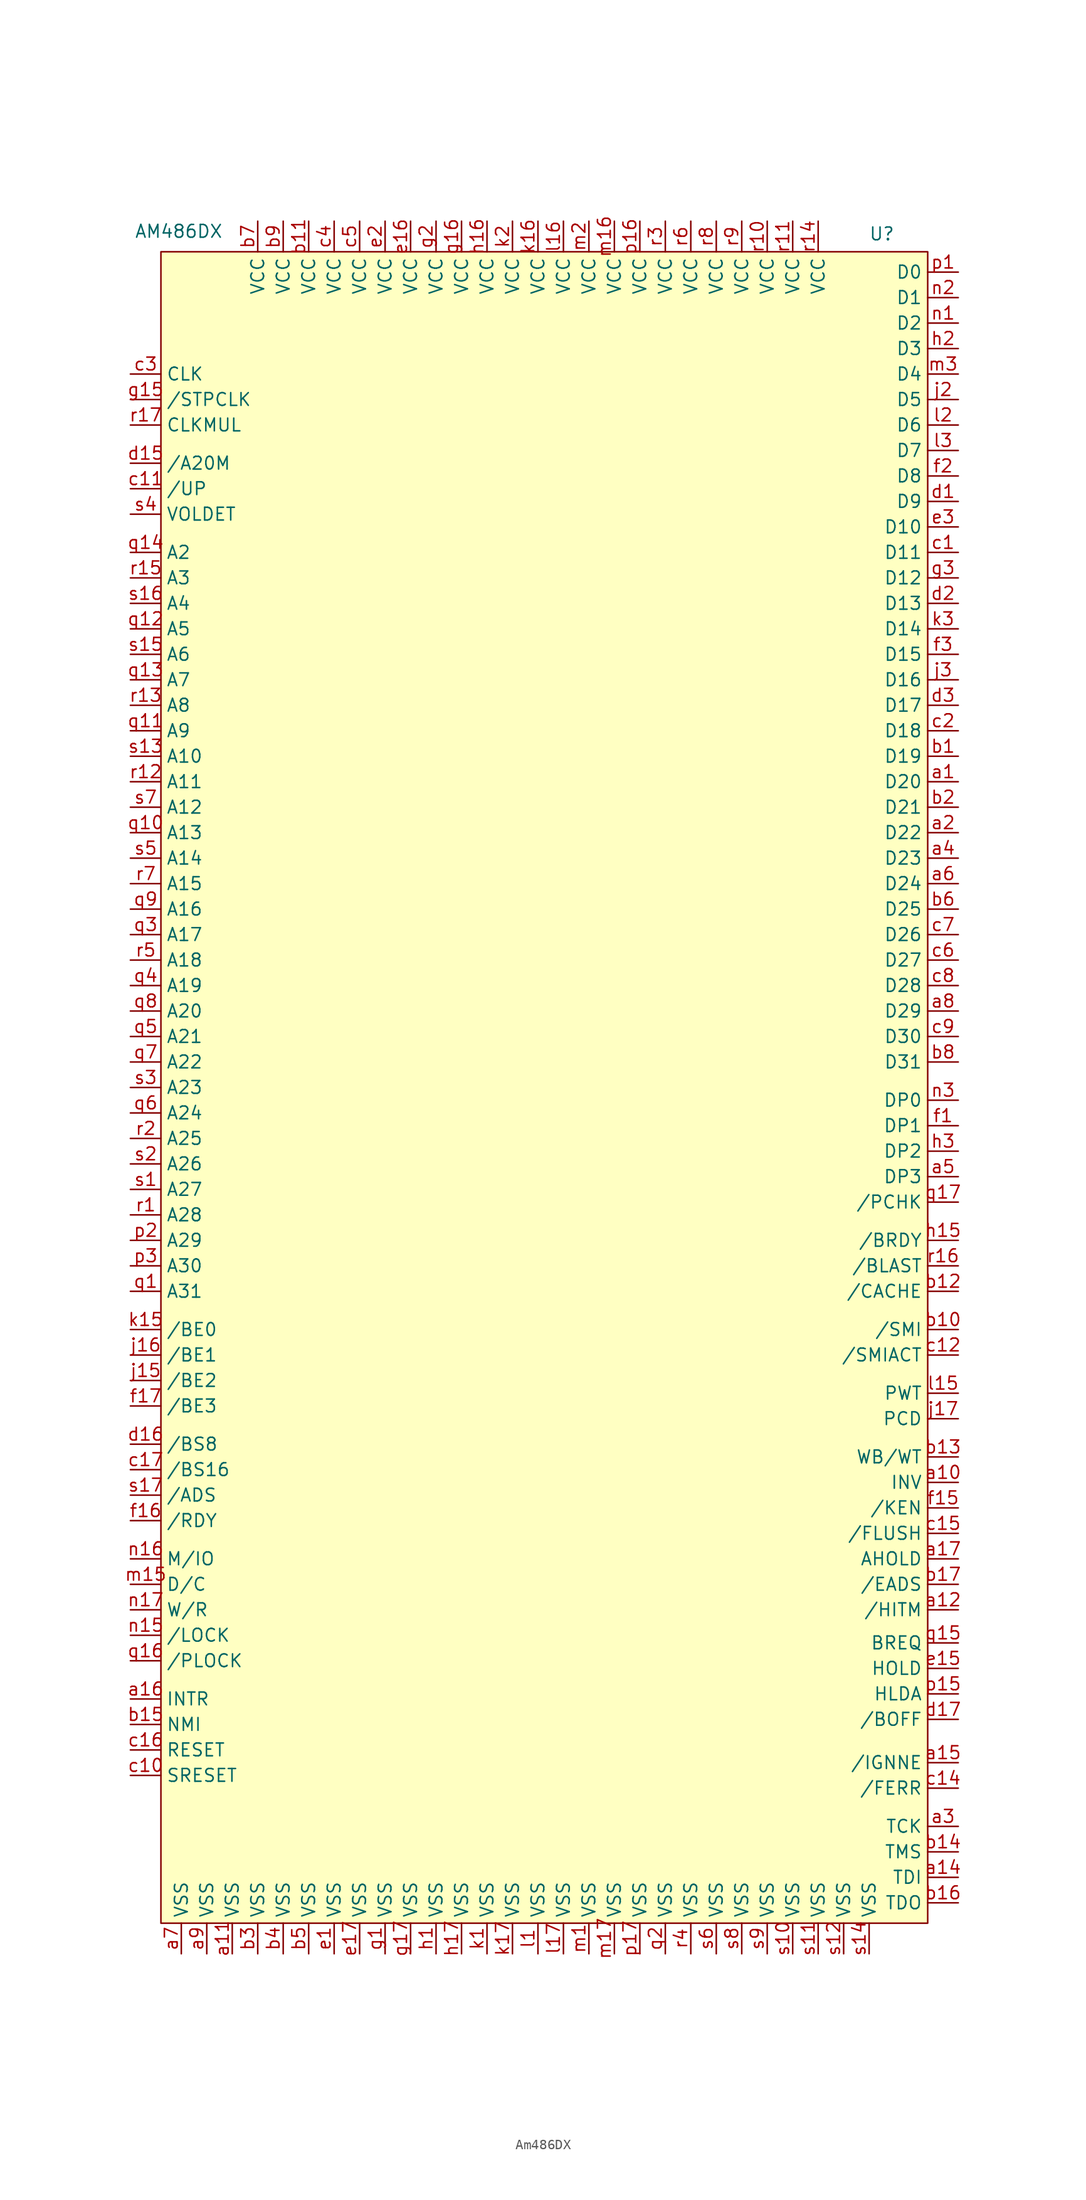
<source format=kicad_sym>
(kicad_symbol_lib
  (version 20231120)
  (generator "kicad_symbol_editor")
  (generator_version "8.0")
  (symbol "Am486DX"
    (property "Reference" "U"
      (at 33.02 86.36 0)
      (effects (font (size 1.27 1.27))))
    (property "Value" "AM486DX"
      (at -37.084 86.614 0)
      (effects (font (size 1.27 1.27))))
    (symbol "Am486DX_1_1"
      (rectangle (start -38.862 84.582) (end 37.592 -82.042) (stroke (width 0) (type default)) (fill (type background)))
      (pin bidirectional line (at 40.64 31.75 180) (length 3.048) (name "D20" (effects (font (size 1.27 1.27)))) (number "a1" (effects (font (size 1.27 1.27)))))
      (pin input line (at 40.64 -38.1 180) (length 3.048) (name "INV" (effects (font (size 1.27 1.27)))) (number "a10" (effects (font (size 1.27 1.27)))))
      (pin power_in line (at -31.75 -85.09 90) (length 3.048) (name "VSS" (effects (font (size 1.27 1.27)))) (number "a11" (effects (font (size 1.27 1.27)))))
      (pin output line (at 40.64 -50.8 180) (length 3.048) (name "/HITM" (effects (font (size 1.27 1.27)))) (number "a12" (effects (font (size 1.27 1.27)))))
      (pin no_connect line (at -41.91 -71.12 0) (length 3.048) hide (name "INC" (effects (font (size 1.27 1.27)))) (number "a13" (effects (font (size 1.27 1.27)))))
      (pin input line (at 40.64 -77.47 180) (length 3.048) (name "TDI" (effects (font (size 1.27 1.27)))) (number "a14" (effects (font (size 1.27 1.27)))))
      (pin input line (at 40.64 -66.04 180) (length 3.048) (name "/IGNNE" (effects (font (size 1.27 1.27)))) (number "a15" (effects (font (size 1.27 1.27)))))
      (pin input line (at -41.91 -59.69 0) (length 3.048) (name "INTR" (effects (font (size 1.27 1.27)))) (number "a16" (effects (font (size 1.27 1.27)))))
      (pin input line (at 40.64 -45.72 180) (length 3.048) (name "AHOLD" (effects (font (size 1.27 1.27)))) (number "a17" (effects (font (size 1.27 1.27)))))
      (pin bidirectional line (at 40.64 26.67 180) (length 3.048) (name "D22" (effects (font (size 1.27 1.27)))) (number "a2" (effects (font (size 1.27 1.27)))))
      (pin input line (at 40.64 -72.39 180) (length 3.048) (name "TCK" (effects (font (size 1.27 1.27)))) (number "a3" (effects (font (size 1.27 1.27)))))
      (pin bidirectional line (at 40.64 24.13 180) (length 3.048) (name "D23" (effects (font (size 1.27 1.27)))) (number "a4" (effects (font (size 1.27 1.27)))))
      (pin bidirectional line (at 40.64 -7.62 180) (length 3.048) (name "DP3" (effects (font (size 1.27 1.27)))) (number "a5" (effects (font (size 1.27 1.27)))))
      (pin bidirectional line (at 40.64 21.59 180) (length 3.048) (name "D24" (effects (font (size 1.27 1.27)))) (number "a6" (effects (font (size 1.27 1.27)))))
      (pin power_in line (at -36.83 -85.09 90) (length 3.048) (name "VSS" (effects (font (size 1.27 1.27)))) (number "a7" (effects (font (size 1.27 1.27)))))
      (pin bidirectional line (at 40.64 8.89 180) (length 3.048) (name "D29" (effects (font (size 1.27 1.27)))) (number "a8" (effects (font (size 1.27 1.27)))))
      (pin power_in line (at -34.29 -85.09 90) (length 3.048) (name "VSS" (effects (font (size 1.27 1.27)))) (number "a9" (effects (font (size 1.27 1.27)))))
      (pin bidirectional line (at 40.64 34.29 180) (length 3.048) (name "D19" (effects (font (size 1.27 1.27)))) (number "b1" (effects (font (size 1.27 1.27)))))
      (pin input line (at 40.64 -22.86 180) (length 3.048) (name "/SMI" (effects (font (size 1.27 1.27)))) (number "b10" (effects (font (size 1.27 1.27)))))
      (pin power_in line (at -24.13 87.63 270) (length 3.048) (name "VCC" (effects (font (size 1.27 1.27)))) (number "b11" (effects (font (size 1.27 1.27)))))
      (pin output line (at 40.64 -19.05 180) (length 3.048) (name "/CACHE" (effects (font (size 1.27 1.27)))) (number "b12" (effects (font (size 1.27 1.27)))))
      (pin input line (at 40.64 -35.56 180) (length 3.048) (name "WB/WT" (effects (font (size 1.27 1.27)))) (number "b13" (effects (font (size 1.27 1.27)))))
      (pin input line (at 40.64 -74.93 180) (length 3.048) (name "TMS" (effects (font (size 1.27 1.27)))) (number "b14" (effects (font (size 1.27 1.27)))))
      (pin input line (at -41.91 -62.23 0) (length 3.048) (name "NMI" (effects (font (size 1.27 1.27)))) (number "b15" (effects (font (size 1.27 1.27)))))
      (pin output line (at 40.64 -80.01 180) (length 3.048) (name "TDO" (effects (font (size 1.27 1.27)))) (number "b16" (effects (font (size 1.27 1.27)))))
      (pin input line (at 40.64 -48.26 180) (length 3.048) (name "/EADS" (effects (font (size 1.27 1.27)))) (number "b17" (effects (font (size 1.27 1.27)))))
      (pin bidirectional line (at 40.64 29.21 180) (length 3.048) (name "D21" (effects (font (size 1.27 1.27)))) (number "b2" (effects (font (size 1.27 1.27)))))
      (pin power_in line (at -29.21 -85.09 90) (length 3.048) (name "VSS" (effects (font (size 1.27 1.27)))) (number "b3" (effects (font (size 1.27 1.27)))))
      (pin power_in line (at -26.67 -85.09 90) (length 3.048) (name "VSS" (effects (font (size 1.27 1.27)))) (number "b4" (effects (font (size 1.27 1.27)))))
      (pin power_in line (at -24.13 -85.09 90) (length 3.048) (name "VSS" (effects (font (size 1.27 1.27)))) (number "b5" (effects (font (size 1.27 1.27)))))
      (pin bidirectional line (at 40.64 19.05 180) (length 3.048) (name "D25" (effects (font (size 1.27 1.27)))) (number "b6" (effects (font (size 1.27 1.27)))))
      (pin power_in line (at -29.21 87.63 270) (length 3.048) (name "VCC" (effects (font (size 1.27 1.27)))) (number "b7" (effects (font (size 1.27 1.27)))))
      (pin bidirectional line (at 40.64 3.81 180) (length 3.048) (name "D31" (effects (font (size 1.27 1.27)))) (number "b8" (effects (font (size 1.27 1.27)))))
      (pin power_in line (at -26.67 87.63 270) (length 3.048) (name "VCC" (effects (font (size 1.27 1.27)))) (number "b9" (effects (font (size 1.27 1.27)))))
      (pin bidirectional line (at 40.64 54.61 180) (length 3.048) (name "D11" (effects (font (size 1.27 1.27)))) (number "c1" (effects (font (size 1.27 1.27)))))
      (pin input line (at -41.91 -67.31 0) (length 3.048) (name "SRESET" (effects (font (size 1.27 1.27)))) (number "c10" (effects (font (size 1.27 1.27)))))
      (pin input line (at -41.91 60.96 0) (length 3.048) (name "/UP" (effects (font (size 1.27 1.27)))) (number "c11" (effects (font (size 1.27 1.27)))))
      (pin output line (at 40.64 -25.4 180) (length 3.048) (name "/SMIACT" (effects (font (size 1.27 1.27)))) (number "c12" (effects (font (size 1.27 1.27)))))
      (pin no_connect line (at -41.91 -73.66 0) (length 3.048) hide (name "INC" (effects (font (size 1.27 1.27)))) (number "c13" (effects (font (size 1.27 1.27)))))
      (pin output line (at 40.64 -68.58 180) (length 3.048) (name "/FERR" (effects (font (size 1.27 1.27)))) (number "c14" (effects (font (size 1.27 1.27)))))
      (pin input line (at 40.64 -43.18 180) (length 3.048) (name "/FLUSH" (effects (font (size 1.27 1.27)))) (number "c15" (effects (font (size 1.27 1.27)))))
      (pin input line (at -41.91 -64.77 0) (length 3.048) (name "RESET" (effects (font (size 1.27 1.27)))) (number "c16" (effects (font (size 1.27 1.27)))))
      (pin input line (at -41.91 -36.83 0) (length 3.048) (name "/BS16" (effects (font (size 1.27 1.27)))) (number "c17" (effects (font (size 1.27 1.27)))))
      (pin bidirectional line (at 40.64 36.83 180) (length 3.048) (name "D18" (effects (font (size 1.27 1.27)))) (number "c2" (effects (font (size 1.27 1.27)))))
      (pin input line (at -41.91 72.39 0) (length 3.048) (name "CLK" (effects (font (size 1.27 1.27)))) (number "c3" (effects (font (size 1.27 1.27)))))
      (pin power_in line (at -21.59 87.63 270) (length 3.048) (name "VCC" (effects (font (size 1.27 1.27)))) (number "c4" (effects (font (size 1.27 1.27)))))
      (pin power_in line (at -19.05 87.63 270) (length 3.048) (name "VCC" (effects (font (size 1.27 1.27)))) (number "c5" (effects (font (size 1.27 1.27)))))
      (pin bidirectional line (at 40.64 13.97 180) (length 3.048) (name "D27" (effects (font (size 1.27 1.27)))) (number "c6" (effects (font (size 1.27 1.27)))))
      (pin bidirectional line (at 40.64 16.51 180) (length 3.048) (name "D26" (effects (font (size 1.27 1.27)))) (number "c7" (effects (font (size 1.27 1.27)))))
      (pin bidirectional line (at 40.64 11.43 180) (length 3.048) (name "D28" (effects (font (size 1.27 1.27)))) (number "c8" (effects (font (size 1.27 1.27)))))
      (pin bidirectional line (at 40.64 6.35 180) (length 3.048) (name "D30" (effects (font (size 1.27 1.27)))) (number "c9" (effects (font (size 1.27 1.27)))))
      (pin bidirectional line (at 40.64 59.69 180) (length 3.048) (name "D9" (effects (font (size 1.27 1.27)))) (number "d1" (effects (font (size 1.27 1.27)))))
      (pin input line (at -41.91 63.5 0) (length 3.048) (name "/A20M" (effects (font (size 1.27 1.27)))) (number "d15" (effects (font (size 1.27 1.27)))))
      (pin input line (at -41.91 -34.29 0) (length 3.048) (name "/BS8" (effects (font (size 1.27 1.27)))) (number "d16" (effects (font (size 1.27 1.27)))))
      (pin input line (at 40.64 -61.722 180) (length 3.048) (name "/BOFF" (effects (font (size 1.27 1.27)))) (number "d17" (effects (font (size 1.27 1.27)))))
      (pin bidirectional line (at 40.64 49.53 180) (length 3.048) (name "D13" (effects (font (size 1.27 1.27)))) (number "d2" (effects (font (size 1.27 1.27)))))
      (pin bidirectional line (at 40.64 39.37 180) (length 3.048) (name "D17" (effects (font (size 1.27 1.27)))) (number "d3" (effects (font (size 1.27 1.27)))))
      (pin power_in line (at -21.59 -85.09 90) (length 3.048) (name "VSS" (effects (font (size 1.27 1.27)))) (number "e1" (effects (font (size 1.27 1.27)))))
      (pin input line (at 40.64 -56.642 180) (length 3.048) (name "HOLD" (effects (font (size 1.27 1.27)))) (number "e15" (effects (font (size 1.27 1.27)))))
      (pin power_in line (at -13.97 87.63 270) (length 3.048) (name "VCC" (effects (font (size 1.27 1.27)))) (number "e16" (effects (font (size 1.27 1.27)))))
      (pin power_in line (at -19.05 -85.09 90) (length 3.048) (name "VSS" (effects (font (size 1.27 1.27)))) (number "e17" (effects (font (size 1.27 1.27)))))
      (pin power_in line (at -16.51 87.63 270) (length 3.048) (name "VCC" (effects (font (size 1.27 1.27)))) (number "e2" (effects (font (size 1.27 1.27)))))
      (pin bidirectional line (at 40.64 57.15 180) (length 3.048) (name "D10" (effects (font (size 1.27 1.27)))) (number "e3" (effects (font (size 1.27 1.27)))))
      (pin bidirectional line (at 40.64 -2.54 180) (length 3.048) (name "DP1" (effects (font (size 1.27 1.27)))) (number "f1" (effects (font (size 1.27 1.27)))))
      (pin input line (at 40.64 -40.64 180) (length 3.048) (name "/KEN" (effects (font (size 1.27 1.27)))) (number "f15" (effects (font (size 1.27 1.27)))))
      (pin input line (at -41.91 -41.91 0) (length 3.048) (name "/RDY" (effects (font (size 1.27 1.27)))) (number "f16" (effects (font (size 1.27 1.27)))))
      (pin output line (at -41.91 -30.48 0) (length 3.048) (name "/BE3" (effects (font (size 1.27 1.27)))) (number "f17" (effects (font (size 1.27 1.27)))))
      (pin bidirectional line (at 40.64 62.23 180) (length 3.048) (name "D8" (effects (font (size 1.27 1.27)))) (number "f2" (effects (font (size 1.27 1.27)))))
      (pin bidirectional line (at 40.64 44.45 180) (length 3.048) (name "D15" (effects (font (size 1.27 1.27)))) (number "f3" (effects (font (size 1.27 1.27)))))
      (pin power_in line (at -16.51 -85.09 90) (length 3.048) (name "VSS" (effects (font (size 1.27 1.27)))) (number "g1" (effects (font (size 1.27 1.27)))))
      (pin input line (at -41.91 69.85 0) (length 3.048) (name "/STPCLK" (effects (font (size 1.27 1.27)))) (number "g15" (effects (font (size 1.27 1.27)))))
      (pin power_in line (at -8.89 87.63 270) (length 3.048) (name "VCC" (effects (font (size 1.27 1.27)))) (number "g16" (effects (font (size 1.27 1.27)))))
      (pin power_in line (at -13.97 -85.09 90) (length 3.048) (name "VSS" (effects (font (size 1.27 1.27)))) (number "g17" (effects (font (size 1.27 1.27)))))
      (pin power_in line (at -11.43 87.63 270) (length 3.048) (name "VCC" (effects (font (size 1.27 1.27)))) (number "g2" (effects (font (size 1.27 1.27)))))
      (pin bidirectional line (at 40.64 52.07 180) (length 3.048) (name "D12" (effects (font (size 1.27 1.27)))) (number "g3" (effects (font (size 1.27 1.27)))))
      (pin power_in line (at -11.43 -85.09 90) (length 3.048) (name "VSS" (effects (font (size 1.27 1.27)))) (number "h1" (effects (font (size 1.27 1.27)))))
      (pin input line (at 40.64 -13.97 180) (length 3.048) (name "/BRDY" (effects (font (size 1.27 1.27)))) (number "h15" (effects (font (size 1.27 1.27)))))
      (pin power_in line (at -6.35 87.63 270) (length 3.048) (name "VCC" (effects (font (size 1.27 1.27)))) (number "h16" (effects (font (size 1.27 1.27)))))
      (pin power_in line (at -8.89 -85.09 90) (length 3.048) (name "VSS" (effects (font (size 1.27 1.27)))) (number "h17" (effects (font (size 1.27 1.27)))))
      (pin bidirectional line (at 40.64 74.93 180) (length 3.048) (name "D3" (effects (font (size 1.27 1.27)))) (number "h2" (effects (font (size 1.27 1.27)))))
      (pin bidirectional line (at 40.64 -5.08 180) (length 3.048) (name "DP2" (effects (font (size 1.27 1.27)))) (number "h3" (effects (font (size 1.27 1.27)))))
      (pin no_connect line (at -41.91 -76.2 0) (length 3.048) hide (name "INC" (effects (font (size 1.27 1.27)))) (number "j1" (effects (font (size 1.27 1.27)))))
      (pin output line (at -41.91 -27.94 0) (length 3.048) (name "/BE2" (effects (font (size 1.27 1.27)))) (number "j15" (effects (font (size 1.27 1.27)))))
      (pin output line (at -41.91 -25.4 0) (length 3.048) (name "/BE1" (effects (font (size 1.27 1.27)))) (number "j16" (effects (font (size 1.27 1.27)))))
      (pin output line (at 40.64 -31.75 180) (length 3.048) (name "PCD" (effects (font (size 1.27 1.27)))) (number "j17" (effects (font (size 1.27 1.27)))))
      (pin bidirectional line (at 40.64 69.85 180) (length 3.048) (name "D5" (effects (font (size 1.27 1.27)))) (number "j2" (effects (font (size 1.27 1.27)))))
      (pin bidirectional line (at 40.64 41.91 180) (length 3.048) (name "D16" (effects (font (size 1.27 1.27)))) (number "j3" (effects (font (size 1.27 1.27)))))
      (pin power_in line (at -6.35 -85.09 90) (length 3.048) (name "VSS" (effects (font (size 1.27 1.27)))) (number "k1" (effects (font (size 1.27 1.27)))))
      (pin output line (at -41.91 -22.86 0) (length 3.048) (name "/BE0" (effects (font (size 1.27 1.27)))) (number "k15" (effects (font (size 1.27 1.27)))))
      (pin power_in line (at -1.27 87.63 270) (length 3.048) (name "VCC" (effects (font (size 1.27 1.27)))) (number "k16" (effects (font (size 1.27 1.27)))))
      (pin power_in line (at -3.81 -85.09 90) (length 3.048) (name "VSS" (effects (font (size 1.27 1.27)))) (number "k17" (effects (font (size 1.27 1.27)))))
      (pin power_in line (at -3.81 87.63 270) (length 3.048) (name "VCC" (effects (font (size 1.27 1.27)))) (number "k2" (effects (font (size 1.27 1.27)))))
      (pin bidirectional line (at 40.64 46.99 180) (length 3.048) (name "D14" (effects (font (size 1.27 1.27)))) (number "k3" (effects (font (size 1.27 1.27)))))
      (pin power_in line (at -1.27 -85.09 90) (length 3.048) (name "VSS" (effects (font (size 1.27 1.27)))) (number "l1" (effects (font (size 1.27 1.27)))))
      (pin output line (at 40.64 -29.21 180) (length 3.048) (name "PWT" (effects (font (size 1.27 1.27)))) (number "l15" (effects (font (size 1.27 1.27)))))
      (pin power_in line (at 1.27 87.63 270) (length 3.048) (name "VCC" (effects (font (size 1.27 1.27)))) (number "l16" (effects (font (size 1.27 1.27)))))
      (pin power_in line (at 1.27 -85.09 90) (length 3.048) (name "VSS" (effects (font (size 1.27 1.27)))) (number "l17" (effects (font (size 1.27 1.27)))))
      (pin bidirectional line (at 40.64 67.31 180) (length 3.048) (name "D6" (effects (font (size 1.27 1.27)))) (number "l2" (effects (font (size 1.27 1.27)))))
      (pin bidirectional line (at 40.64 64.77 180) (length 3.048) (name "D7" (effects (font (size 1.27 1.27)))) (number "l3" (effects (font (size 1.27 1.27)))))
      (pin power_in line (at 3.81 -85.09 90) (length 3.048) (name "VSS" (effects (font (size 1.27 1.27)))) (number "m1" (effects (font (size 1.27 1.27)))))
      (pin output line (at -41.91 -48.26 0) (length 3.048) (name "D/C" (effects (font (size 1.27 1.27)))) (number "m15" (effects (font (size 1.27 1.27)))))
      (pin power_in line (at 6.35 87.63 270) (length 3.048) (name "VCC" (effects (font (size 1.27 1.27)))) (number "m16" (effects (font (size 1.27 1.27)))))
      (pin power_in line (at 6.35 -85.09 90) (length 3.048) (name "VSS" (effects (font (size 1.27 1.27)))) (number "m17" (effects (font (size 1.27 1.27)))))
      (pin power_in line (at 3.81 87.63 270) (length 3.048) (name "VCC" (effects (font (size 1.27 1.27)))) (number "m2" (effects (font (size 1.27 1.27)))))
      (pin bidirectional line (at 40.64 72.39 180) (length 3.048) (name "D4" (effects (font (size 1.27 1.27)))) (number "m3" (effects (font (size 1.27 1.27)))))
      (pin bidirectional line (at 40.64 77.47 180) (length 3.048) (name "D2" (effects (font (size 1.27 1.27)))) (number "n1" (effects (font (size 1.27 1.27)))))
      (pin output line (at -41.91 -53.34 0) (length 3.048) (name "/LOCK" (effects (font (size 1.27 1.27)))) (number "n15" (effects (font (size 1.27 1.27)))))
      (pin output line (at -41.91 -45.72 0) (length 3.048) (name "M/IO" (effects (font (size 1.27 1.27)))) (number "n16" (effects (font (size 1.27 1.27)))))
      (pin output line (at -41.91 -50.8 0) (length 3.048) (name "W/R" (effects (font (size 1.27 1.27)))) (number "n17" (effects (font (size 1.27 1.27)))))
      (pin bidirectional line (at 40.64 80.01 180) (length 3.048) (name "D1" (effects (font (size 1.27 1.27)))) (number "n2" (effects (font (size 1.27 1.27)))))
      (pin bidirectional line (at 40.64 0 180) (length 3.048) (name "DP0" (effects (font (size 1.27 1.27)))) (number "n3" (effects (font (size 1.27 1.27)))))
      (pin bidirectional line (at 40.64 82.55 180) (length 3.048) (name "D0" (effects (font (size 1.27 1.27)))) (number "p1" (effects (font (size 1.27 1.27)))))
      (pin output line (at 40.64 -59.182 180) (length 3.048) (name "HLDA" (effects (font (size 1.27 1.27)))) (number "p15" (effects (font (size 1.27 1.27)))))
      (pin power_in line (at 8.89 87.63 270) (length 3.048) (name "VCC" (effects (font (size 1.27 1.27)))) (number "p16" (effects (font (size 1.27 1.27)))))
      (pin power_in line (at 8.89 -85.09 90) (length 3.048) (name "VSS" (effects (font (size 1.27 1.27)))) (number "p17" (effects (font (size 1.27 1.27)))))
      (pin bidirectional line (at -41.91 -13.97 0) (length 3.048) (name "A29" (effects (font (size 1.27 1.27)))) (number "p2" (effects (font (size 1.27 1.27)))))
      (pin bidirectional line (at -41.91 -16.51 0) (length 3.048) (name "A30" (effects (font (size 1.27 1.27)))) (number "p3" (effects (font (size 1.27 1.27)))))
      (pin bidirectional line (at -41.91 -19.05 0) (length 3.048) (name "A31" (effects (font (size 1.27 1.27)))) (number "q1" (effects (font (size 1.27 1.27)))))
      (pin bidirectional line (at -41.91 26.67 0) (length 3.048) (name "A13" (effects (font (size 1.27 1.27)))) (number "q10" (effects (font (size 1.27 1.27)))))
      (pin bidirectional line (at -41.91 36.83 0) (length 3.048) (name "A9" (effects (font (size 1.27 1.27)))) (number "q11" (effects (font (size 1.27 1.27)))))
      (pin bidirectional line (at -41.91 46.99 0) (length 3.048) (name "A5" (effects (font (size 1.27 1.27)))) (number "q12" (effects (font (size 1.27 1.27)))))
      (pin bidirectional line (at -41.91 41.91 0) (length 3.048) (name "A7" (effects (font (size 1.27 1.27)))) (number "q13" (effects (font (size 1.27 1.27)))))
      (pin output line (at -41.91 54.61 0) (length 3.048) (name "A2" (effects (font (size 1.27 1.27)))) (number "q14" (effects (font (size 1.27 1.27)))))
      (pin output line (at 40.64 -54.102 180) (length 3.048) (name "BREQ" (effects (font (size 1.27 1.27)))) (number "q15" (effects (font (size 1.27 1.27)))))
      (pin output line (at -41.91 -55.88 0) (length 3.048) (name "/PLOCK" (effects (font (size 1.27 1.27)))) (number "q16" (effects (font (size 1.27 1.27)))))
      (pin output line (at 40.64 -10.16 180) (length 3.048) (name "/PCHK" (effects (font (size 1.27 1.27)))) (number "q17" (effects (font (size 1.27 1.27)))))
      (pin power_in line (at 11.43 -85.09 90) (length 3.048) (name "VSS" (effects (font (size 1.27 1.27)))) (number "q2" (effects (font (size 1.27 1.27)))))
      (pin bidirectional line (at -41.91 16.51 0) (length 3.048) (name "A17" (effects (font (size 1.27 1.27)))) (number "q3" (effects (font (size 1.27 1.27)))))
      (pin bidirectional line (at -41.91 11.43 0) (length 3.048) (name "A19" (effects (font (size 1.27 1.27)))) (number "q4" (effects (font (size 1.27 1.27)))))
      (pin bidirectional line (at -41.91 6.35 0) (length 3.048) (name "A21" (effects (font (size 1.27 1.27)))) (number "q5" (effects (font (size 1.27 1.27)))))
      (pin bidirectional line (at -41.91 -1.27 0) (length 3.048) (name "A24" (effects (font (size 1.27 1.27)))) (number "q6" (effects (font (size 1.27 1.27)))))
      (pin bidirectional line (at -41.91 3.81 0) (length 3.048) (name "A22" (effects (font (size 1.27 1.27)))) (number "q7" (effects (font (size 1.27 1.27)))))
      (pin bidirectional line (at -41.91 8.89 0) (length 3.048) (name "A20" (effects (font (size 1.27 1.27)))) (number "q8" (effects (font (size 1.27 1.27)))))
      (pin bidirectional line (at -41.91 19.05 0) (length 3.048) (name "A16" (effects (font (size 1.27 1.27)))) (number "q9" (effects (font (size 1.27 1.27)))))
      (pin bidirectional line (at -41.91 -11.43 0) (length 3.048) (name "A28" (effects (font (size 1.27 1.27)))) (number "r1" (effects (font (size 1.27 1.27)))))
      (pin power_in line (at 21.59 87.63 270) (length 3.048) (name "VCC" (effects (font (size 1.27 1.27)))) (number "r10" (effects (font (size 1.27 1.27)))))
      (pin power_in line (at 24.13 87.63 270) (length 3.048) (name "VCC" (effects (font (size 1.27 1.27)))) (number "r11" (effects (font (size 1.27 1.27)))))
      (pin bidirectional line (at -41.91 31.75 0) (length 3.048) (name "A11" (effects (font (size 1.27 1.27)))) (number "r12" (effects (font (size 1.27 1.27)))))
      (pin bidirectional line (at -41.91 39.37 0) (length 3.048) (name "A8" (effects (font (size 1.27 1.27)))) (number "r13" (effects (font (size 1.27 1.27)))))
      (pin power_in line (at 26.67 87.63 270) (length 3.048) (name "VCC" (effects (font (size 1.27 1.27)))) (number "r14" (effects (font (size 1.27 1.27)))))
      (pin output line (at -41.91 52.07 0) (length 3.048) (name "A3" (effects (font (size 1.27 1.27)))) (number "r15" (effects (font (size 1.27 1.27)))))
      (pin output line (at 40.64 -16.51 180) (length 3.048) (name "/BLAST" (effects (font (size 1.27 1.27)))) (number "r16" (effects (font (size 1.27 1.27)))))
      (pin input line (at -41.91 67.31 0) (length 3.048) (name "CLKMUL" (effects (font (size 1.27 1.27)))) (number "r17" (effects (font (size 1.27 1.27)))))
      (pin bidirectional line (at -41.91 -3.81 0) (length 3.048) (name "A25" (effects (font (size 1.27 1.27)))) (number "r2" (effects (font (size 1.27 1.27)))))
      (pin power_in line (at 11.43 87.63 270) (length 3.048) (name "VCC" (effects (font (size 1.27 1.27)))) (number "r3" (effects (font (size 1.27 1.27)))))
      (pin power_in line (at 13.97 -85.09 90) (length 3.048) (name "VSS" (effects (font (size 1.27 1.27)))) (number "r4" (effects (font (size 1.27 1.27)))))
      (pin bidirectional line (at -41.91 13.97 0) (length 3.048) (name "A18" (effects (font (size 1.27 1.27)))) (number "r5" (effects (font (size 1.27 1.27)))))
      (pin power_in line (at 13.97 87.63 270) (length 3.048) (name "VCC" (effects (font (size 1.27 1.27)))) (number "r6" (effects (font (size 1.27 1.27)))))
      (pin bidirectional line (at -41.91 21.59 0) (length 3.048) (name "A15" (effects (font (size 1.27 1.27)))) (number "r7" (effects (font (size 1.27 1.27)))))
      (pin power_in line (at 16.51 87.63 270) (length 3.048) (name "VCC" (effects (font (size 1.27 1.27)))) (number "r8" (effects (font (size 1.27 1.27)))))
      (pin power_in line (at 19.05 87.63 270) (length 3.048) (name "VCC" (effects (font (size 1.27 1.27)))) (number "r9" (effects (font (size 1.27 1.27)))))
      (pin bidirectional line (at -41.91 -8.89 0) (length 3.048) (name "A27" (effects (font (size 1.27 1.27)))) (number "s1" (effects (font (size 1.27 1.27)))))
      (pin power_in line (at 24.13 -85.09 90) (length 3.048) (name "VSS" (effects (font (size 1.27 1.27)))) (number "s10" (effects (font (size 1.27 1.27)))))
      (pin power_in line (at 26.67 -85.09 90) (length 3.048) (name "VSS" (effects (font (size 1.27 1.27)))) (number "s11" (effects (font (size 1.27 1.27)))))
      (pin power_in line (at 29.21 -85.09 90) (length 3.048) (name "VSS" (effects (font (size 1.27 1.27)))) (number "s12" (effects (font (size 1.27 1.27)))))
      (pin bidirectional line (at -41.91 34.29 0) (length 3.048) (name "A10" (effects (font (size 1.27 1.27)))) (number "s13" (effects (font (size 1.27 1.27)))))
      (pin power_in line (at 31.75 -85.09 90) (length 3.048) (name "VSS" (effects (font (size 1.27 1.27)))) (number "s14" (effects (font (size 1.27 1.27)))))
      (pin bidirectional line (at -41.91 44.45 0) (length 3.048) (name "A6" (effects (font (size 1.27 1.27)))) (number "s15" (effects (font (size 1.27 1.27)))))
      (pin bidirectional line (at -41.91 49.53 0) (length 3.048) (name "A4" (effects (font (size 1.27 1.27)))) (number "s16" (effects (font (size 1.27 1.27)))))
      (pin output line (at -41.91 -39.37 0) (length 3.048) (name "/ADS" (effects (font (size 1.27 1.27)))) (number "s17" (effects (font (size 1.27 1.27)))))
      (pin bidirectional line (at -41.91 -6.35 0) (length 3.048) (name "A26" (effects (font (size 1.27 1.27)))) (number "s2" (effects (font (size 1.27 1.27)))))
      (pin bidirectional line (at -41.91 1.27 0) (length 3.048) (name "A23" (effects (font (size 1.27 1.27)))) (number "s3" (effects (font (size 1.27 1.27)))))
      (pin output line (at -41.91 58.42 0) (length 3.048) (name "VOLDET" (effects (font (size 1.27 1.27)))) (number "s4" (effects (font (size 1.27 1.27)))))
      (pin bidirectional line (at -41.91 24.13 0) (length 3.048) (name "A14" (effects (font (size 1.27 1.27)))) (number "s5" (effects (font (size 1.27 1.27)))))
      (pin power_in line (at 16.51 -85.09 90) (length 3.048) (name "VSS" (effects (font (size 1.27 1.27)))) (number "s6" (effects (font (size 1.27 1.27)))))
      (pin bidirectional line (at -41.91 29.21 0) (length 3.048) (name "A12" (effects (font (size 1.27 1.27)))) (number "s7" (effects (font (size 1.27 1.27)))))
      (pin power_in line (at 19.05 -85.09 90) (length 3.048) (name "VSS" (effects (font (size 1.27 1.27)))) (number "s8" (effects (font (size 1.27 1.27)))))
      (pin power_in line (at 21.59 -85.09 90) (length 3.048) (name "VSS" (effects (font (size 1.27 1.27)))) (number "s9" (effects (font (size 1.27 1.27))))))))
</source>
